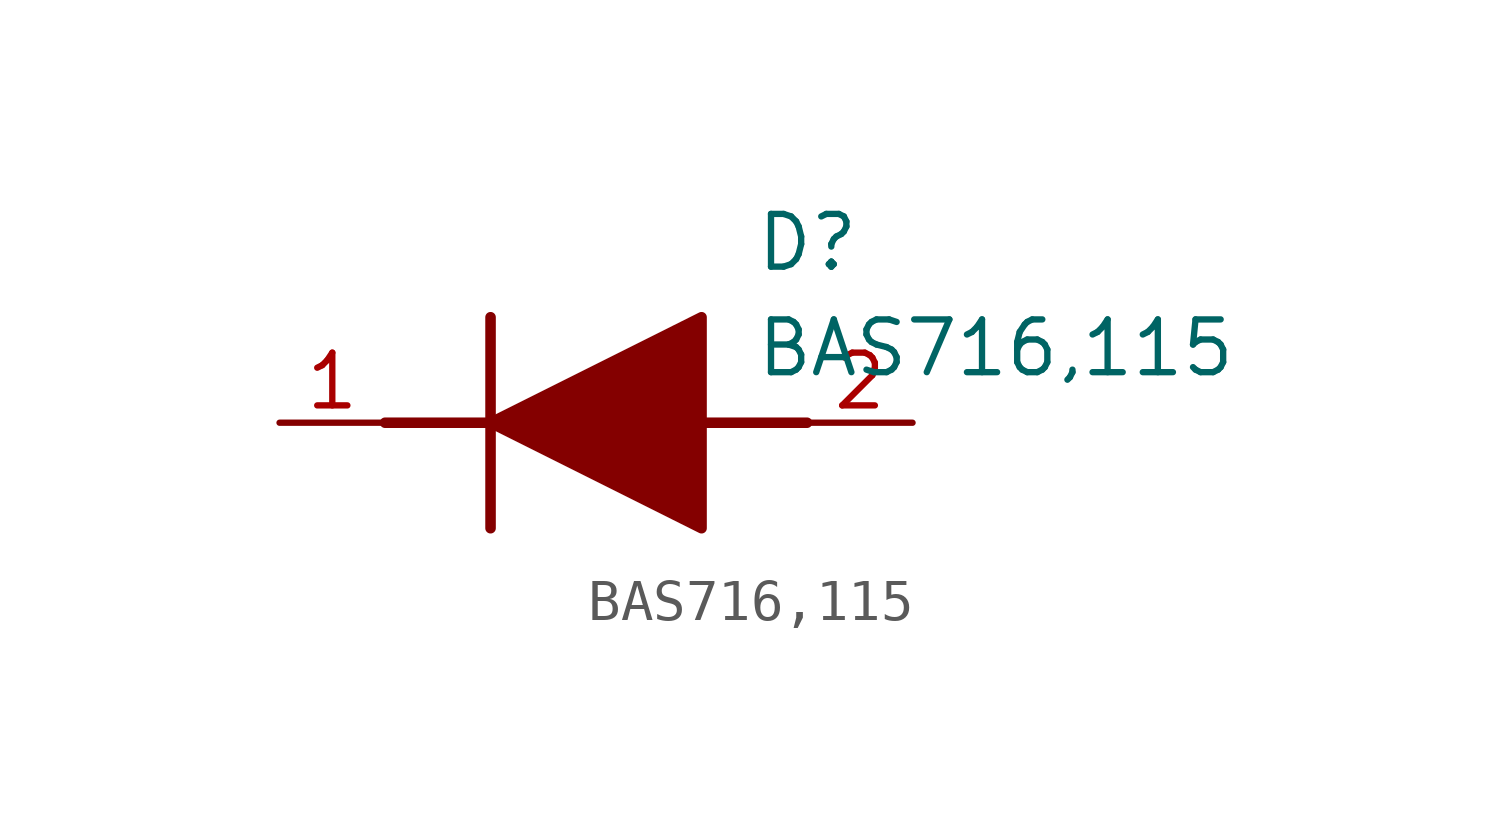
<source format=kicad_sym>
(kicad_symbol_lib
  (version 20211014)
  (generator SamacSys_ECAD_Model)
  (symbol "BAS716,115"
    (pin_names hide)
    (property "Reference" "D"
      (at 11.43 5.08 0)
      (effects (font (size 1.27 1.27)) (justify left top)))
    (property "Value" "BAS716,115"
      (at 11.43 2.54 0)
      (effects (font (size 1.27 1.27)) (justify left top)))
    (polyline
      (pts (xy 5.08 2.54) (xy 5.08 -2.54))
      (stroke (width 0.254) (type default))
      (fill (type none)))
    (polyline
      (pts (xy 2.54 0) (xy 5.08 0))
      (stroke (width 0.254) (type default))
      (fill (type none)))
    (polyline
      (pts (xy 10.16 0) (xy 12.7 0))
      (stroke (width 0.254) (type default))
      (fill (type none)))
    (polyline
      (pts (xy 5.08 0) (xy 10.16 2.54) (xy 10.16 -2.54) (xy 5.08 0))
      (stroke (width 0.254) (type default))
      (fill (type outline)))
    (pin passive line
      (at 0 0 0)
      (length 2.54)
      (name "K" (effects (font (size 1.27 1.27))))
      (number "1" (effects (font (size 1.27 1.27)))))
    (pin passive line
      (at 15.24 0 180)
      (length 2.54)
      (name "A" (effects (font (size 1.27 1.27))))
      (number "2" (effects (font (size 1.27 1.27)))))))
</source>
